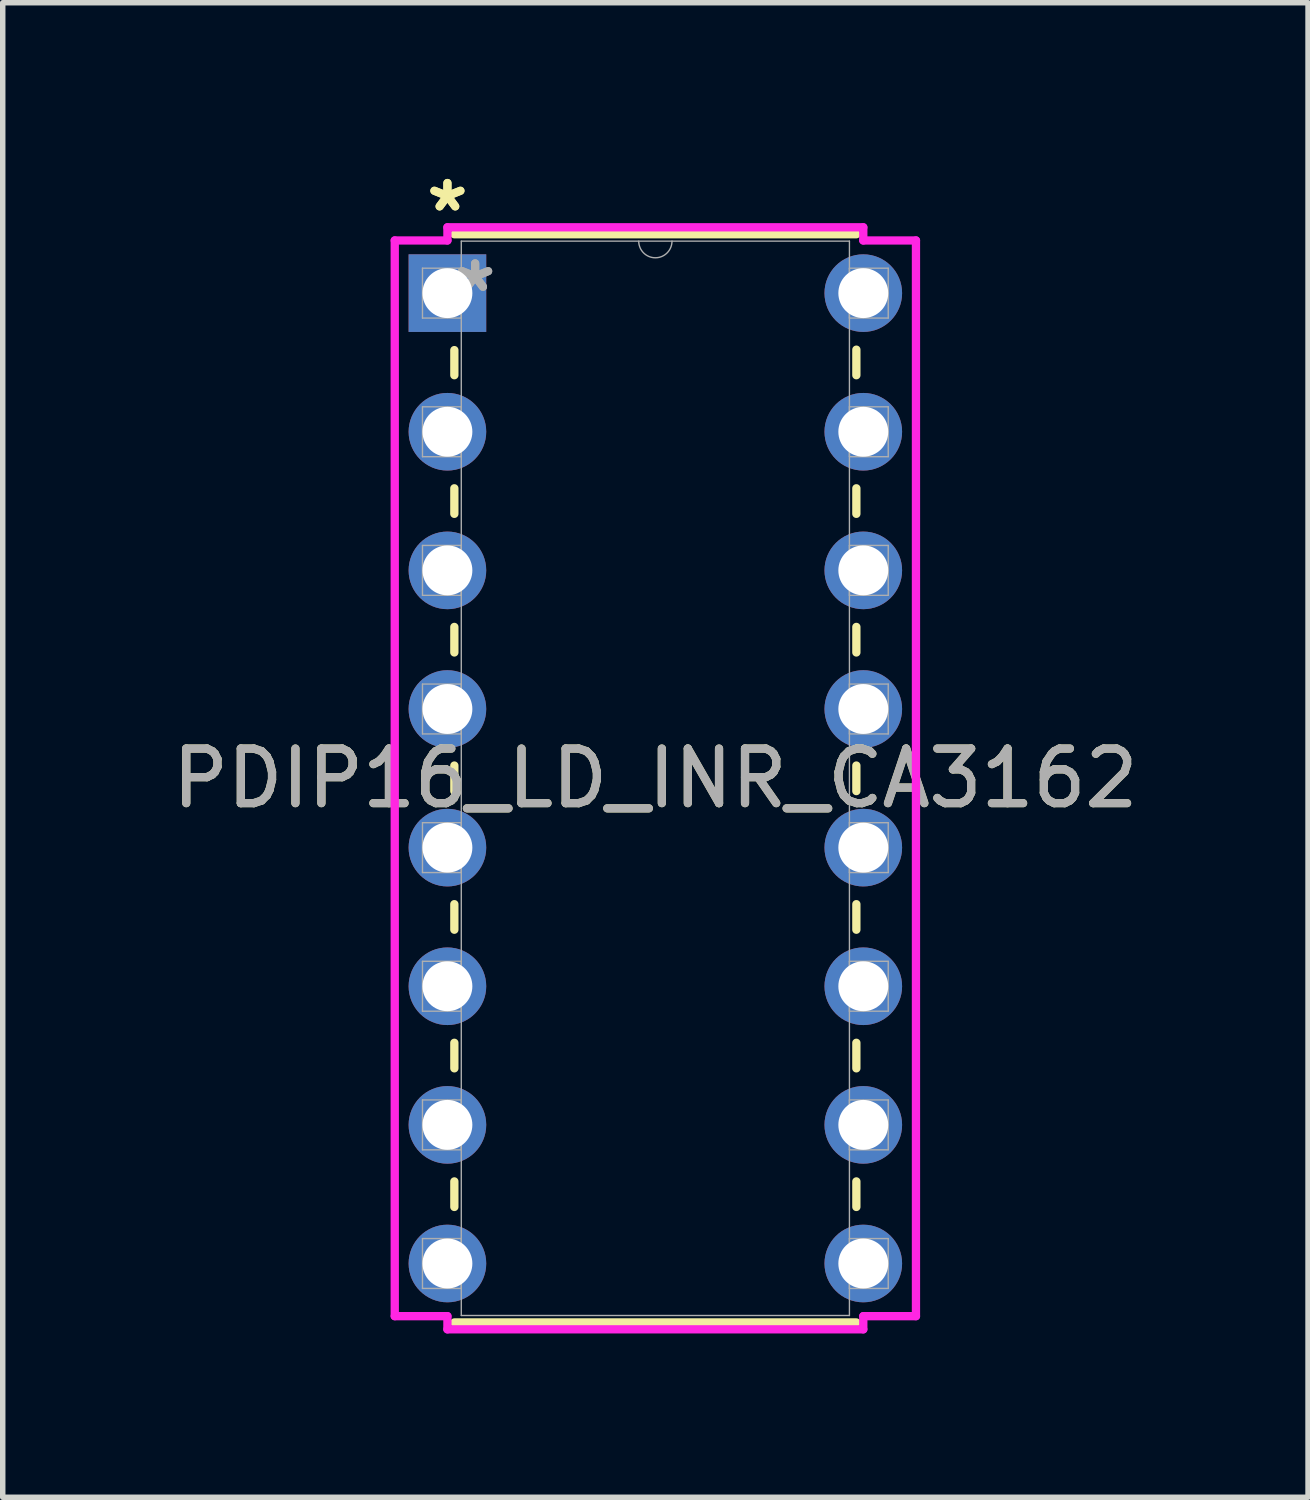
<source format=kicad_pcb>
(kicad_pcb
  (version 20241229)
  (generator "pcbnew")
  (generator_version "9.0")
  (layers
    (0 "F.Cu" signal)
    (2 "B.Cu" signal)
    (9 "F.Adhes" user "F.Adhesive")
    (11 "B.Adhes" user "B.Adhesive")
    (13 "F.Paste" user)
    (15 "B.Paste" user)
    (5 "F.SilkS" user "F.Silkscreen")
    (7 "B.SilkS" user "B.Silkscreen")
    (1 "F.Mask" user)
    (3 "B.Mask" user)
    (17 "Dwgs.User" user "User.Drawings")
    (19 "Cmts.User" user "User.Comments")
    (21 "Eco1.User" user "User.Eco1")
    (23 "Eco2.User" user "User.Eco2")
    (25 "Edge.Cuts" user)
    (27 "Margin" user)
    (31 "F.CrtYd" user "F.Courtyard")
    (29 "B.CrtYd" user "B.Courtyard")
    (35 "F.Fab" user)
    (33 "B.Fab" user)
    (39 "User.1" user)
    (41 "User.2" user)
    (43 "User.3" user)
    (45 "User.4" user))
  (footprint "PDIP16_LD_INR_CA3162"
    (layer "F.Cu")
    (at 5.148 2.321)
    (property "Reference" "PDIP16_LD_INR_CA3162" (at 3.81 8.89 0) (unlocked yes) (layer "F.SilkS") (effects (font (size 1 1) (thickness 0.15))))
    (attr through_hole)
    (fp_line (start 0.127 1.044) (end 0.127 1.504) (stroke (width 0.152) (type solid)) (layer "F.SilkS"))
    (fp_line (start 0.127 3.576) (end 0.127 4.044) (stroke (width 0.152) (type solid)) (layer "F.SilkS"))
    (fp_line (start 0.127 6.116) (end 0.127 6.584) (stroke (width 0.152) (type solid)) (layer "F.SilkS"))
    (fp_line (start 0.127 8.656) (end 0.127 9.124) (stroke (width 0.152) (type solid)) (layer "F.SilkS"))
    (fp_line (start 0.127 11.196) (end 0.127 11.664) (stroke (width 0.152) (type solid)) (layer "F.SilkS"))
    (fp_line (start 0.127 13.736) (end 0.127 14.204) (stroke (width 0.152) (type solid)) (layer "F.SilkS"))
    (fp_line (start 0.127 16.276) (end 0.127 16.744) (stroke (width 0.152) (type solid)) (layer "F.SilkS"))
    (fp_line (start 0.127 18.86) (end 7.493 18.86) (stroke (width 0.152) (type solid)) (layer "F.SilkS"))
    (fp_line (start 7.493 -1.079) (end 0.127 -1.079) (stroke (width 0.152) (type solid)) (layer "F.SilkS"))
    (fp_line (start 7.493 1.504) (end 7.493 1.036) (stroke (width 0.152) (type solid)) (layer "F.SilkS"))
    (fp_line (start 7.493 4.044) (end 7.493 3.576) (stroke (width 0.152) (type solid)) (layer "F.SilkS"))
    (fp_line (start 7.493 6.584) (end 7.493 6.116) (stroke (width 0.152) (type solid)) (layer "F.SilkS"))
    (fp_line (start 7.493 9.124) (end 7.493 8.656) (stroke (width 0.152) (type solid)) (layer "F.SilkS"))
    (fp_line (start 7.493 11.664) (end 7.493 11.196) (stroke (width 0.152) (type solid)) (layer "F.SilkS"))
    (fp_line (start 7.493 14.204) (end 7.493 13.736) (stroke (width 0.152) (type solid)) (layer "F.SilkS"))
    (fp_line (start 7.493 16.744) (end 7.493 16.276) (stroke (width 0.152) (type solid)) (layer "F.SilkS"))
    (fp_line (start -0.965 -0.965) (end 0 -0.965) (stroke (width 0.152) (type solid)) (layer "F.CrtYd"))
    (fp_line (start -0.965 18.745) (end -0.965 -0.965) (stroke (width 0.152) (type solid)) (layer "F.CrtYd"))
    (fp_line (start 0 -1.206) (end 7.62 -1.206) (stroke (width 0.152) (type solid)) (layer "F.CrtYd"))
    (fp_line (start 0 -0.965) (end 0 -1.206) (stroke (width 0.152) (type solid)) (layer "F.CrtYd"))
    (fp_line (start 0 18.745) (end -0.965 18.745) (stroke (width 0.152) (type solid)) (layer "F.CrtYd"))
    (fp_line (start 0 18.986) (end 0 18.745) (stroke (width 0.152) (type solid)) (layer "F.CrtYd"))
    (fp_line (start 7.62 -1.206) (end 7.62 -0.965) (stroke (width 0.152) (type solid)) (layer "F.CrtYd"))
    (fp_line (start 7.62 18.745) (end 7.62 18.986) (stroke (width 0.152) (type solid)) (layer "F.CrtYd"))
    (fp_line (start 7.62 18.986) (end 0 18.986) (stroke (width 0.152) (type solid)) (layer "F.CrtYd"))
    (fp_line (start 8.585 -0.965) (end 7.62 -0.965) (stroke (width 0.152) (type solid)) (layer "F.CrtYd"))
    (fp_line (start 8.585 -0.965) (end 8.585 18.745) (stroke (width 0.152) (type solid)) (layer "F.CrtYd"))
    (fp_line (start 8.585 18.745) (end 7.62 18.745) (stroke (width 0.152) (type solid)) (layer "F.CrtYd"))
    (fp_line (start -0.457 -0.457) (end -0.457 0.457) (stroke (width 0.025) (type solid)) (layer "F.Fab"))
    (fp_line (start -0.457 0.457) (end 0.254 0.457) (stroke (width 0.025) (type solid)) (layer "F.Fab"))
    (fp_line (start -0.457 2.083) (end -0.457 2.997) (stroke (width 0.025) (type solid)) (layer "F.Fab"))
    (fp_line (start -0.457 2.997) (end 0.254 2.997) (stroke (width 0.025) (type solid)) (layer "F.Fab"))
    (fp_line (start -0.457 4.623) (end -0.457 5.537) (stroke (width 0.025) (type solid)) (layer "F.Fab"))
    (fp_line (start -0.457 5.537) (end 0.254 5.537) (stroke (width 0.025) (type solid)) (layer "F.Fab"))
    (fp_line (start -0.457 7.163) (end -0.457 8.077) (stroke (width 0.025) (type solid)) (layer "F.Fab"))
    (fp_line (start -0.457 8.077) (end 0.254 8.077) (stroke (width 0.025) (type solid)) (layer "F.Fab"))
    (fp_line (start -0.457 9.703) (end -0.457 10.617) (stroke (width 0.025) (type solid)) (layer "F.Fab"))
    (fp_line (start -0.457 10.617) (end 0.254 10.617) (stroke (width 0.025) (type solid)) (layer "F.Fab"))
    (fp_line (start -0.457 12.243) (end -0.457 13.157) (stroke (width 0.025) (type solid)) (layer "F.Fab"))
    (fp_line (start -0.457 13.157) (end 0.254 13.157) (stroke (width 0.025) (type solid)) (layer "F.Fab"))
    (fp_line (start -0.457 14.783) (end -0.457 15.697) (stroke (width 0.025) (type solid)) (layer "F.Fab"))
    (fp_line (start -0.457 15.697) (end 0.254 15.697) (stroke (width 0.025) (type solid)) (layer "F.Fab"))
    (fp_line (start -0.457 17.323) (end -0.457 18.237) (stroke (width 0.025) (type solid)) (layer "F.Fab"))
    (fp_line (start -0.457 18.237) (end 0.254 18.237) (stroke (width 0.025) (type solid)) (layer "F.Fab"))
    (fp_line (start 0.254 -0.953) (end 0.254 18.733) (stroke (width 0.025) (type solid)) (layer "F.Fab"))
    (fp_line (start 0.254 -0.457) (end -0.457 -0.457) (stroke (width 0.025) (type solid)) (layer "F.Fab"))
    (fp_line (start 0.254 0.457) (end 0.254 -0.457) (stroke (width 0.025) (type solid)) (layer "F.Fab"))
    (fp_line (start 0.254 2.083) (end -0.457 2.083) (stroke (width 0.025) (type solid)) (layer "F.Fab"))
    (fp_line (start 0.254 2.997) (end 0.254 2.083) (stroke (width 0.025) (type solid)) (layer "F.Fab"))
    (fp_line (start 0.254 4.623) (end -0.457 4.623) (stroke (width 0.025) (type solid)) (layer "F.Fab"))
    (fp_line (start 0.254 5.537) (end 0.254 4.623) (stroke (width 0.025) (type solid)) (layer "F.Fab"))
    (fp_line (start 0.254 7.163) (end -0.457 7.163) (stroke (width 0.025) (type solid)) (layer "F.Fab"))
    (fp_line (start 0.254 8.077) (end 0.254 7.163) (stroke (width 0.025) (type solid)) (layer "F.Fab"))
    (fp_line (start 0.254 9.703) (end -0.457 9.703) (stroke (width 0.025) (type solid)) (layer "F.Fab"))
    (fp_line (start 0.254 10.617) (end 0.254 9.703) (stroke (width 0.025) (type solid)) (layer "F.Fab"))
    (fp_line (start 0.254 12.243) (end -0.457 12.243) (stroke (width 0.025) (type solid)) (layer "F.Fab"))
    (fp_line (start 0.254 13.157) (end 0.254 12.243) (stroke (width 0.025) (type solid)) (layer "F.Fab"))
    (fp_line (start 0.254 14.783) (end -0.457 14.783) (stroke (width 0.025) (type solid)) (layer "F.Fab"))
    (fp_line (start 0.254 15.697) (end 0.254 14.783) (stroke (width 0.025) (type solid)) (layer "F.Fab"))
    (fp_line (start 0.254 17.323) (end -0.457 17.323) (stroke (width 0.025) (type solid)) (layer "F.Fab"))
    (fp_line (start 0.254 18.237) (end 0.254 17.323) (stroke (width 0.025) (type solid)) (layer "F.Fab"))
    (fp_line (start 0.254 18.733) (end 7.366 18.733) (stroke (width 0.025) (type solid)) (layer "F.Fab"))
    (fp_line (start 7.366 -0.953) (end 0.254 -0.953) (stroke (width 0.025) (type solid)) (layer "F.Fab"))
    (fp_line (start 7.366 -0.457) (end 7.366 0.457) (stroke (width 0.025) (type solid)) (layer "F.Fab"))
    (fp_line (start 7.366 0.457) (end 8.077 0.457) (stroke (width 0.025) (type solid)) (layer "F.Fab"))
    (fp_line (start 7.366 2.083) (end 7.366 2.997) (stroke (width 0.025) (type solid)) (layer "F.Fab"))
    (fp_line (start 7.366 2.997) (end 8.077 2.997) (stroke (width 0.025) (type solid)) (layer "F.Fab"))
    (fp_line (start 7.366 4.623) (end 7.366 5.537) (stroke (width 0.025) (type solid)) (layer "F.Fab"))
    (fp_line (start 7.366 5.537) (end 8.077 5.537) (stroke (width 0.025) (type solid)) (layer "F.Fab"))
    (fp_line (start 7.366 7.163) (end 7.366 8.077) (stroke (width 0.025) (type solid)) (layer "F.Fab"))
    (fp_line (start 7.366 8.077) (end 8.077 8.077) (stroke (width 0.025) (type solid)) (layer "F.Fab"))
    (fp_line (start 7.366 9.703) (end 7.366 10.617) (stroke (width 0.025) (type solid)) (layer "F.Fab"))
    (fp_line (start 7.366 10.617) (end 8.077 10.617) (stroke (width 0.025) (type solid)) (layer "F.Fab"))
    (fp_line (start 7.366 12.243) (end 7.366 13.157) (stroke (width 0.025) (type solid)) (layer "F.Fab"))
    (fp_line (start 7.366 13.157) (end 8.077 13.157) (stroke (width 0.025) (type solid)) (layer "F.Fab"))
    (fp_line (start 7.366 14.783) (end 7.366 15.697) (stroke (width 0.025) (type solid)) (layer "F.Fab"))
    (fp_line (start 7.366 15.697) (end 8.077 15.697) (stroke (width 0.025) (type solid)) (layer "F.Fab"))
    (fp_line (start 7.366 17.323) (end 7.366 18.237) (stroke (width 0.025) (type solid)) (layer "F.Fab"))
    (fp_line (start 7.366 18.237) (end 8.077 18.237) (stroke (width 0.025) (type solid)) (layer "F.Fab"))
    (fp_line (start 7.366 18.733) (end 7.366 -0.953) (stroke (width 0.025) (type solid)) (layer "F.Fab"))
    (fp_line (start 8.077 -0.457) (end 7.366 -0.457) (stroke (width 0.025) (type solid)) (layer "F.Fab"))
    (fp_line (start 8.077 0.457) (end 8.077 -0.457) (stroke (width 0.025) (type solid)) (layer "F.Fab"))
    (fp_line (start 8.077 2.083) (end 7.366 2.083) (stroke (width 0.025) (type solid)) (layer "F.Fab"))
    (fp_line (start 8.077 2.997) (end 8.077 2.083) (stroke (width 0.025) (type solid)) (layer "F.Fab"))
    (fp_line (start 8.077 4.623) (end 7.366 4.623) (stroke (width 0.025) (type solid)) (layer "F.Fab"))
    (fp_line (start 8.077 5.537) (end 8.077 4.623) (stroke (width 0.025) (type solid)) (layer "F.Fab"))
    (fp_line (start 8.077 7.163) (end 7.366 7.163) (stroke (width 0.025) (type solid)) (layer "F.Fab"))
    (fp_line (start 8.077 8.077) (end 8.077 7.163) (stroke (width 0.025) (type solid)) (layer "F.Fab"))
    (fp_line (start 8.077 9.703) (end 7.366 9.703) (stroke (width 0.025) (type solid)) (layer "F.Fab"))
    (fp_line (start 8.077 10.617) (end 8.077 9.703) (stroke (width 0.025) (type solid)) (layer "F.Fab"))
    (fp_line (start 8.077 12.243) (end 7.366 12.243) (stroke (width 0.025) (type solid)) (layer "F.Fab"))
    (fp_line (start 8.077 13.157) (end 8.077 12.243) (stroke (width 0.025) (type solid)) (layer "F.Fab"))
    (fp_line (start 8.077 14.783) (end 7.366 14.783) (stroke (width 0.025) (type solid)) (layer "F.Fab"))
    (fp_line (start 8.077 15.697) (end 8.077 14.783) (stroke (width 0.025) (type solid)) (layer "F.Fab"))
    (fp_line (start 8.077 17.323) (end 7.366 17.323) (stroke (width 0.025) (type solid)) (layer "F.Fab"))
    (fp_line (start 8.077 18.237) (end 8.077 17.323) (stroke (width 0.025) (type solid)) (layer "F.Fab"))
    (fp_arc (start 4.1148 -0.9525) (mid 3.81 -0.6477) (end 3.5052 -0.9525) (stroke (width 0.0254) (type solid)) (layer "F.Fab"))
    (fp_text user "*" (at 0 -1.473 0) (unlocked yes) (layer "F.SilkS") (effects (font (size 1 1) (thickness 0.15))))
    (fp_text user "*" (at 0 -1.473 0) (layer "F.SilkS") (effects (font (size 1 1) (thickness 0.15))))
    (fp_text user "*" (at 0.508 0 0) (layer "F.Fab") (effects (font (size 1 1) (thickness 0.15))))
    (fp_text user "*" (at 0.508 0 0) (unlocked yes) (layer "F.Fab") (effects (font (size 1 1) (thickness 0.15))))
    (fp_text user "${REFERENCE}" (at 3.81 8.89 0) (unlocked yes) (layer "F.Fab") (effects (font (size 1 1) (thickness 0.15))))
    (pad "1" thru_hole rect (at 0 0) (size 1.422 1.422) (drill 0.914) (layers "*.Cu" "*.Mask"))
    (pad "2" thru_hole circle (at 0 2.54) (size 1.422 1.422) (drill 0.914) (layers "*.Cu" "*.Mask"))
    (pad "3" thru_hole circle (at 0 5.08) (size 1.422 1.422) (drill 0.914) (layers "*.Cu" "*.Mask"))
    (pad "4" thru_hole circle (at 0 7.62) (size 1.422 1.422) (drill 0.914) (layers "*.Cu" "*.Mask"))
    (pad "5" thru_hole circle (at 0 10.16) (size 1.422 1.422) (drill 0.914) (layers "*.Cu" "*.Mask"))
    (pad "6" thru_hole circle (at 0 12.7) (size 1.422 1.422) (drill 0.914) (layers "*.Cu" "*.Mask"))
    (pad "7" thru_hole circle (at 0 15.24) (size 1.422 1.422) (drill 0.914) (layers "*.Cu" "*.Mask"))
    (pad "8" thru_hole circle (at 0 17.78) (size 1.422 1.422) (drill 0.914) (layers "*.Cu" "*.Mask"))
    (pad "9" thru_hole circle (at 7.62 17.78) (size 1.422 1.422) (drill 0.914) (layers "*.Cu" "*.Mask"))
    (pad "10" thru_hole circle (at 7.62 15.24) (size 1.422 1.422) (drill 0.914) (layers "*.Cu" "*.Mask"))
    (pad "11" thru_hole circle (at 7.62 12.7) (size 1.422 1.422) (drill 0.914) (layers "*.Cu" "*.Mask"))
    (pad "12" thru_hole circle (at 7.62 10.16) (size 1.422 1.422) (drill 0.914) (layers "*.Cu" "*.Mask"))
    (pad "13" thru_hole circle (at 7.62 7.62) (size 1.422 1.422) (drill 0.914) (layers "*.Cu" "*.Mask"))
    (pad "14" thru_hole circle (at 7.62 5.08) (size 1.422 1.422) (drill 0.914) (layers "*.Cu" "*.Mask"))
    (pad "15" thru_hole circle (at 7.62 2.54) (size 1.422 1.422) (drill 0.914) (layers "*.Cu" "*.Mask"))
    (pad "16" thru_hole circle (at 7.62 0) (size 1.422 1.422) (drill 0.914) (layers "*.Cu" "*.Mask")))
  (gr_rect
    (start -3 -3)
    (end 20.917 24.384)
    (stroke (width 0.1) (type default))
    (fill no)
    (layer "Edge.Cuts")))
</source>
